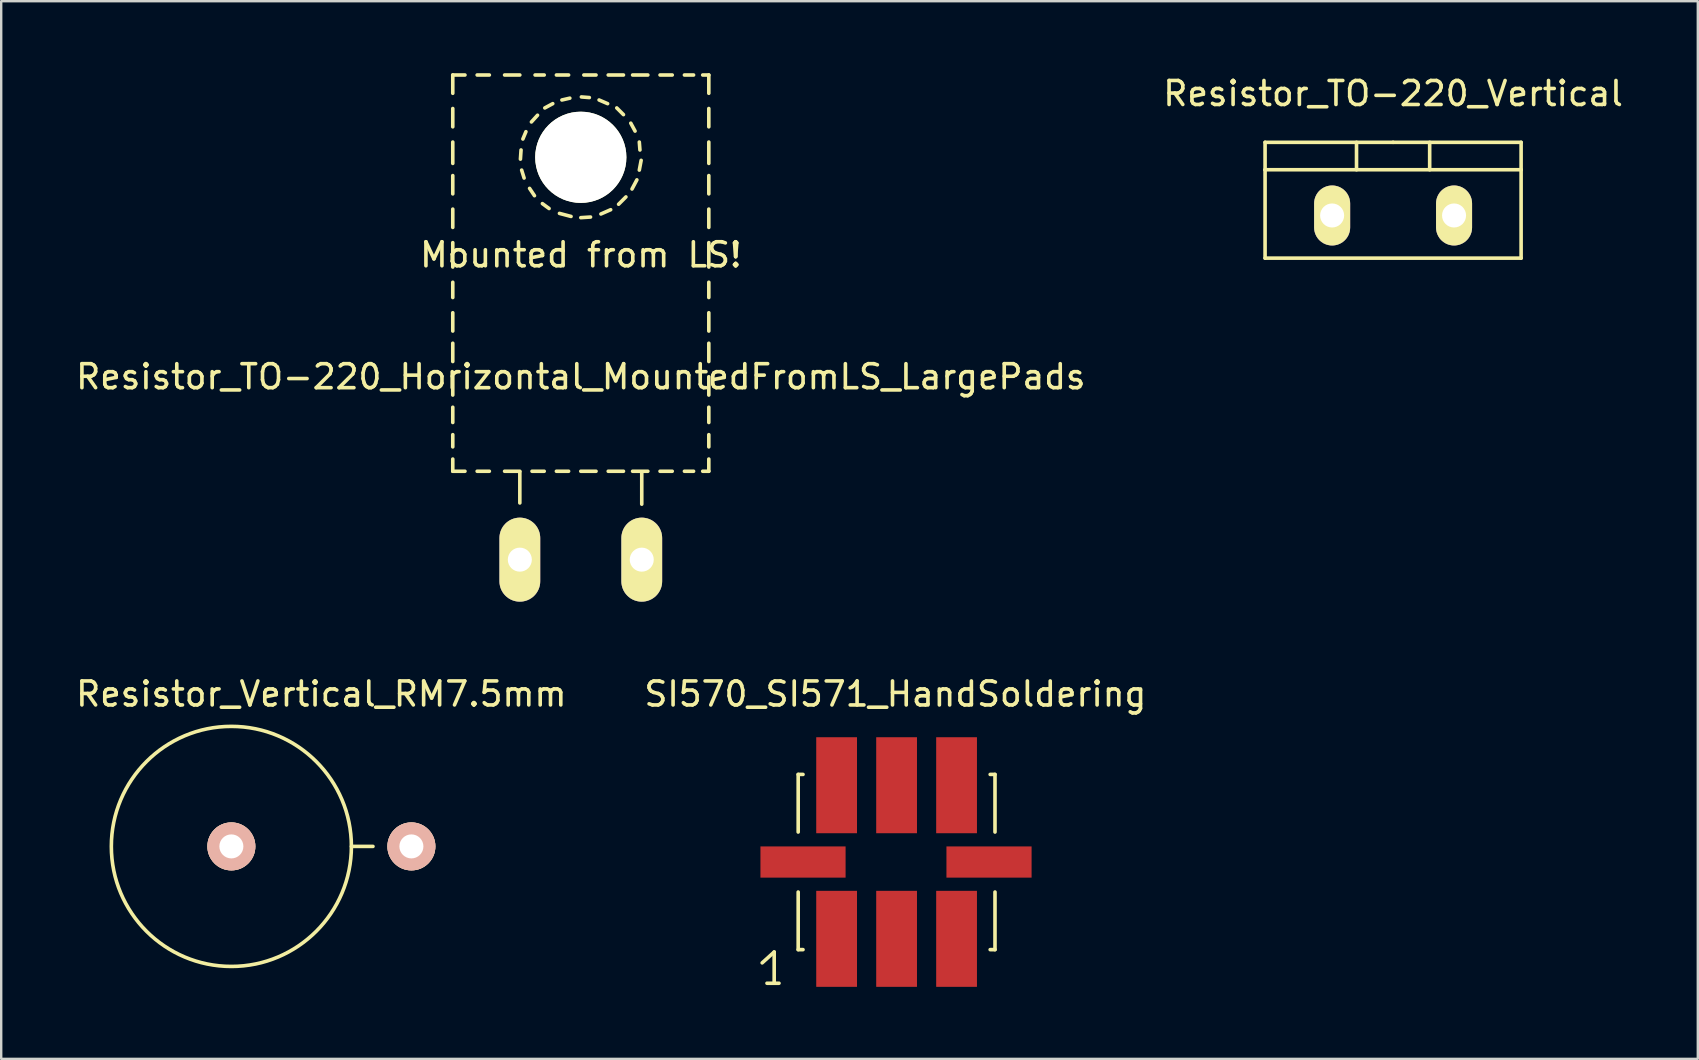
<source format=kicad_pcb>
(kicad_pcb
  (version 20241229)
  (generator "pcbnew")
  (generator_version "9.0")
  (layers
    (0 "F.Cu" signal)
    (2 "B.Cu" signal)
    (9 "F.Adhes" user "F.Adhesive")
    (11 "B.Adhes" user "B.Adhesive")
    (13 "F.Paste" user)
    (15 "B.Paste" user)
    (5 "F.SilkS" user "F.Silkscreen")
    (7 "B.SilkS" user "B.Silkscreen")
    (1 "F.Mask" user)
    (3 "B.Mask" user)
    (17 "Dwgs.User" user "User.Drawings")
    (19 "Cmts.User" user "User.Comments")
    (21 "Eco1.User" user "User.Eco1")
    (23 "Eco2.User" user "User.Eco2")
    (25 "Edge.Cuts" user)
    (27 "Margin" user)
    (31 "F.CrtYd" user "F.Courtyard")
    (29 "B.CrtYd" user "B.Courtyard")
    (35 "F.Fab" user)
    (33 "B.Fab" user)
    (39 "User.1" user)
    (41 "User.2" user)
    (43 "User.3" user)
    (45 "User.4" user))
  (footprint "Resistor_TO-220_Vertical"
    (layer "F.Cu")
    (at 54.994 5.928)
    (property "Reference" "Resistor_TO-220_Vertical" (at 0 -5.08 0) (layer "F.SilkS") (effects (font (size 1 1) (thickness 0.15))))
    (attr through_hole)
    (fp_line (start -5.334 -1.905) (end -5.334 -3.048) (stroke (width 0.15) (type solid)) (layer "F.SilkS"))
    (fp_line (start -5.334 1.778) (end -5.334 -1.905) (stroke (width 0.15) (type solid)) (layer "F.SilkS"))
    (fp_line (start -1.524 -3.048) (end -1.524 -1.905) (stroke (width 0.15) (type solid)) (layer "F.SilkS"))
    (fp_line (start 0 -3.048) (end -5.334 -3.048) (stroke (width 0.15) (type solid)) (layer "F.SilkS"))
    (fp_line (start 0 -3.048) (end 5.334 -3.048) (stroke (width 0.15) (type solid)) (layer "F.SilkS"))
    (fp_line (start 1.524 -3.048) (end 1.524 -1.905) (stroke (width 0.15) (type solid)) (layer "F.SilkS"))
    (fp_line (start 5.334 -3.048) (end 5.334 -1.905) (stroke (width 0.15) (type solid)) (layer "F.SilkS"))
    (fp_line (start 5.334 -1.905) (end -5.334 -1.905) (stroke (width 0.15) (type solid)) (layer "F.SilkS"))
    (fp_line (start 5.334 -1.905) (end 5.334 1.778) (stroke (width 0.15) (type solid)) (layer "F.SilkS"))
    (fp_line (start 5.334 1.778) (end -5.334 1.778) (stroke (width 0.15) (type solid)) (layer "F.SilkS"))
    (pad "1" thru_hole oval (at -2.54 0 90) (size 2.499 1.501) (drill 1.001) (layers "*.Cu" "*.Mask" "F.SilkS"))
    (pad "2" thru_hole oval (at 2.54 0 90) (size 2.499 1.501) (drill 1.001) (layers "*.Cu" "*.Mask" "F.SilkS")))
  (footprint "Resistor_TO-220_Horizontal_MountedFromLS_LargePads"
    (layer "F.Cu")
    (at 21.149 20.268)
    (property "Reference" "Resistor_TO-220_Horizontal_MountedFromLS_LargePads" (at 0 -7.62 0) (layer "F.SilkS") (effects (font (size 1 1) (thickness 0.15))))
    (attr through_hole)
    (fp_line (start -5.334 -20.193) (end -5.334 -19.431) (stroke (width 0.15) (type solid)) (layer "F.SilkS"))
    (fp_line (start -5.334 -20.193) (end -4.826 -20.193) (stroke (width 0.15) (type solid)) (layer "F.SilkS"))
    (fp_line (start -5.334 -18.796) (end -5.334 -18.034) (stroke (width 0.15) (type solid)) (layer "F.SilkS"))
    (fp_line (start -5.334 -17.399) (end -5.334 -16.51) (stroke (width 0.15) (type solid)) (layer "F.SilkS"))
    (fp_line (start -5.334 -16.002) (end -5.334 -15.24) (stroke (width 0.15) (type solid)) (layer "F.SilkS"))
    (fp_line (start -5.334 -14.605) (end -5.334 -13.843) (stroke (width 0.15) (type solid)) (layer "F.SilkS"))
    (fp_line (start -5.334 -13.208) (end -5.334 -12.192) (stroke (width 0.15) (type solid)) (layer "F.SilkS"))
    (fp_line (start -5.334 -11.557) (end -5.334 -10.922) (stroke (width 0.15) (type solid)) (layer "F.SilkS"))
    (fp_line (start -5.334 -10.287) (end -5.334 -9.525) (stroke (width 0.15) (type solid)) (layer "F.SilkS"))
    (fp_line (start -5.334 -9.017) (end -5.334 -8.255) (stroke (width 0.15) (type solid)) (layer "F.SilkS"))
    (fp_line (start -5.334 -7.62) (end -5.334 -6.858) (stroke (width 0.15) (type solid)) (layer "F.SilkS"))
    (fp_line (start -5.334 -6.35) (end -5.334 -5.715) (stroke (width 0.15) (type solid)) (layer "F.SilkS"))
    (fp_line (start -5.334 -5.207) (end -5.334 -4.699) (stroke (width 0.15) (type solid)) (layer "F.SilkS"))
    (fp_line (start -5.334 -4.191) (end -5.334 -3.683) (stroke (width 0.15) (type solid)) (layer "F.SilkS"))
    (fp_line (start -5.334 -3.683) (end -4.826 -3.683) (stroke (width 0.15) (type solid)) (layer "F.SilkS"))
    (fp_line (start -4.318 -20.193) (end -3.81 -20.193) (stroke (width 0.15) (type solid)) (layer "F.SilkS"))
    (fp_line (start -4.318 -3.683) (end -3.81 -3.683) (stroke (width 0.15) (type solid)) (layer "F.SilkS"))
    (fp_line (start -3.175 -20.193) (end -2.54 -20.193) (stroke (width 0.15) (type solid)) (layer "F.SilkS"))
    (fp_line (start -3.175 -3.683) (end -2.54 -3.683) (stroke (width 0.15) (type solid)) (layer "F.SilkS"))
    (fp_line (start -2.54 -3.658) (end -2.54 -2.362) (stroke (width 0.15) (type solid)) (layer "F.SilkS"))
    (fp_line (start -2.515 -16.688) (end -2.489 -17.069) (stroke (width 0.15) (type solid)) (layer "F.SilkS"))
    (fp_line (start -2.413 -17.526) (end -2.286 -17.831) (stroke (width 0.15) (type solid)) (layer "F.SilkS"))
    (fp_line (start -2.362 -15.9) (end -2.464 -16.231) (stroke (width 0.15) (type solid)) (layer "F.SilkS"))
    (fp_line (start -2.057 -18.237) (end -1.803 -18.517) (stroke (width 0.15) (type solid)) (layer "F.SilkS"))
    (fp_line (start -2.032 -3.683) (end -1.524 -3.683) (stroke (width 0.15) (type solid)) (layer "F.SilkS"))
    (fp_line (start -1.93 -15.164) (end -2.134 -15.469) (stroke (width 0.15) (type solid)) (layer "F.SilkS"))
    (fp_line (start -1.905 -20.193) (end -1.524 -20.193) (stroke (width 0.15) (type solid)) (layer "F.SilkS"))
    (fp_line (start -1.499 -18.821) (end -1.168 -18.999) (stroke (width 0.15) (type solid)) (layer "F.SilkS"))
    (fp_line (start -1.321 -14.63) (end -1.6 -14.834) (stroke (width 0.15) (type solid)) (layer "F.SilkS"))
    (fp_line (start -1.016 -20.193) (end -0.508 -20.193) (stroke (width 0.15) (type solid)) (layer "F.SilkS"))
    (fp_line (start -1.016 -3.683) (end -0.508 -3.683) (stroke (width 0.15) (type solid)) (layer "F.SilkS"))
    (fp_line (start -0.787 -19.152) (end -0.457 -19.228) (stroke (width 0.15) (type solid)) (layer "F.SilkS"))
    (fp_line (start -0.406 -14.3) (end -0.889 -14.427) (stroke (width 0.15) (type solid)) (layer "F.SilkS"))
    (fp_line (start 0 -3.683) (end 0.635 -3.683) (stroke (width 0.15) (type solid)) (layer "F.SilkS"))
    (fp_line (start 0.025 -19.279) (end 0.356 -19.253) (stroke (width 0.15) (type solid)) (layer "F.SilkS"))
    (fp_line (start 0.127 -20.193) (end 0.635 -20.193) (stroke (width 0.15) (type solid)) (layer "F.SilkS"))
    (fp_line (start 0.406 -14.275) (end 0 -14.249) (stroke (width 0.15) (type solid)) (layer "F.SilkS"))
    (fp_line (start 0.762 -19.152) (end 1.118 -18.999) (stroke (width 0.15) (type solid)) (layer "F.SilkS"))
    (fp_line (start 1.143 -20.193) (end 1.778 -20.193) (stroke (width 0.15) (type solid)) (layer "F.SilkS"))
    (fp_line (start 1.143 -3.683) (end 1.778 -3.683) (stroke (width 0.15) (type solid)) (layer "F.SilkS"))
    (fp_line (start 1.245 -14.58) (end 0.838 -14.402) (stroke (width 0.15) (type solid)) (layer "F.SilkS"))
    (fp_line (start 1.499 -18.821) (end 1.778 -18.542) (stroke (width 0.15) (type solid)) (layer "F.SilkS"))
    (fp_line (start 1.88 -15.113) (end 1.575 -14.808) (stroke (width 0.15) (type solid)) (layer "F.SilkS"))
    (fp_line (start 2.083 -18.186) (end 2.261 -17.856) (stroke (width 0.15) (type solid)) (layer "F.SilkS"))
    (fp_line (start 2.159 -20.193) (end 2.794 -20.193) (stroke (width 0.15) (type solid)) (layer "F.SilkS"))
    (fp_line (start 2.159 -3.683) (end 2.794 -3.683) (stroke (width 0.15) (type solid)) (layer "F.SilkS"))
    (fp_line (start 2.337 -15.824) (end 2.134 -15.443) (stroke (width 0.15) (type solid)) (layer "F.SilkS"))
    (fp_line (start 2.438 -17.399) (end 2.464 -17.069) (stroke (width 0.15) (type solid)) (layer "F.SilkS"))
    (fp_line (start 2.515 -16.637) (end 2.438 -16.231) (stroke (width 0.15) (type solid)) (layer "F.SilkS"))
    (fp_line (start 2.54 -3.658) (end 2.54 -2.311) (stroke (width 0.15) (type solid)) (layer "F.SilkS"))
    (fp_line (start 3.302 -20.193) (end 3.81 -20.193) (stroke (width 0.15) (type solid)) (layer "F.SilkS"))
    (fp_line (start 3.302 -3.683) (end 3.81 -3.683) (stroke (width 0.15) (type solid)) (layer "F.SilkS"))
    (fp_line (start 4.318 -20.193) (end 4.699 -20.193) (stroke (width 0.15) (type solid)) (layer "F.SilkS"))
    (fp_line (start 4.318 -3.683) (end 4.699 -3.683) (stroke (width 0.15) (type solid)) (layer "F.SilkS"))
    (fp_line (start 5.08 -20.193) (end 5.334 -20.193) (stroke (width 0.15) (type solid)) (layer "F.SilkS"))
    (fp_line (start 5.08 -3.683) (end 5.334 -3.683) (stroke (width 0.15) (type solid)) (layer "F.SilkS"))
    (fp_line (start 5.334 -20.193) (end 5.334 -19.431) (stroke (width 0.15) (type solid)) (layer "F.SilkS"))
    (fp_line (start 5.334 -18.796) (end 5.334 -18.034) (stroke (width 0.15) (type solid)) (layer "F.SilkS"))
    (fp_line (start 5.334 -17.399) (end 5.334 -16.51) (stroke (width 0.15) (type solid)) (layer "F.SilkS"))
    (fp_line (start 5.334 -16.002) (end 5.334 -15.24) (stroke (width 0.15) (type solid)) (layer "F.SilkS"))
    (fp_line (start 5.334 -14.605) (end 5.334 -13.843) (stroke (width 0.15) (type solid)) (layer "F.SilkS"))
    (fp_line (start 5.334 -13.208) (end 5.334 -12.192) (stroke (width 0.15) (type solid)) (layer "F.SilkS"))
    (fp_line (start 5.334 -11.557) (end 5.334 -10.922) (stroke (width 0.15) (type solid)) (layer "F.SilkS"))
    (fp_line (start 5.334 -10.287) (end 5.334 -9.525) (stroke (width 0.15) (type solid)) (layer "F.SilkS"))
    (fp_line (start 5.334 -9.017) (end 5.334 -8.255) (stroke (width 0.15) (type solid)) (layer "F.SilkS"))
    (fp_line (start 5.334 -7.62) (end 5.334 -6.858) (stroke (width 0.15) (type solid)) (layer "F.SilkS"))
    (fp_line (start 5.334 -6.35) (end 5.334 -5.715) (stroke (width 0.15) (type solid)) (layer "F.SilkS"))
    (fp_line (start 5.334 -5.207) (end 5.334 -4.699) (stroke (width 0.15) (type solid)) (layer "F.SilkS"))
    (fp_line (start 5.334 -4.191) (end 5.334 -3.683) (stroke (width 0.15) (type solid)) (layer "F.SilkS"))
    (fp_text user "Mounted from LS!" (at 0 -12.7 0) (layer "F.SilkS") (effects (font (size 1 1) (thickness 0.15))))
    (pad "" np_thru_hole circle (at 0 -16.764 90) (size 3.8 3.8) (drill 3.8) (layers "*.Cu" "*.Mask" "F.SilkS"))
    (pad "1" thru_hole oval (at 2.54 0 90) (size 3.5 1.699) (drill 1.001) (layers "*.Cu" "*.Mask" "F.SilkS"))
    (pad "3" thru_hole oval (at -2.54 0 90) (size 3.5 1.699) (drill 1.001) (layers "*.Cu" "*.Mask" "F.SilkS")))
  (footprint "SI570_SI571_HandSoldering"
    (layer "F.Cu")
    (at 34.307 32.867)
    (property "Reference" "SI570_SI571_HandSoldering" (at -0.051 -7 0) (layer "F.SilkS") (effects (font (size 1 1) (thickness 0.15))))
    (attr smd)
    (fp_line (start -5.601 4.201) (end -5.1 3.749) (stroke (width 0.15) (type solid)) (layer "F.SilkS"))
    (fp_line (start -5.4 5.05) (end -4.9 5.05) (stroke (width 0.15) (type solid)) (layer "F.SilkS"))
    (fp_line (start -5.1 3.749) (end -5.1 5.001) (stroke (width 0.15) (type solid)) (layer "F.SilkS"))
    (fp_line (start -4.1 -3.65) (end -4.1 -1.25) (stroke (width 0.15) (type solid)) (layer "F.SilkS"))
    (fp_line (start -4.1 -3.65) (end -3.899 -3.65) (stroke (width 0.15) (type solid)) (layer "F.SilkS"))
    (fp_line (start -4.1 3.65) (end -4.1 1.25) (stroke (width 0.15) (type solid)) (layer "F.SilkS"))
    (fp_line (start -4.1 3.65) (end -3.899 3.65) (stroke (width 0.15) (type solid)) (layer "F.SilkS"))
    (fp_line (start 4.1 -3.65) (end 3.899 -3.65) (stroke (width 0.15) (type solid)) (layer "F.SilkS"))
    (fp_line (start 4.1 -3.65) (end 4.1 -1.25) (stroke (width 0.15) (type solid)) (layer "F.SilkS"))
    (fp_line (start 4.1 3.65) (end 3.899 3.65) (stroke (width 0.15) (type solid)) (layer "F.SilkS"))
    (fp_line (start 4.1 3.65) (end 4.1 1.25) (stroke (width 0.15) (type solid)) (layer "F.SilkS"))
    (pad "1" smd rect (at -2.499 3.2) (size 1.699 4) (layers "F.Cu" "F.Mask" "F.Paste"))
    (pad "2" smd rect (at 0 3.2) (size 1.699 4) (layers "F.Cu" "F.Mask" "F.Paste"))
    (pad "3" smd rect (at 2.499 3.2) (size 1.699 4) (layers "F.Cu" "F.Mask" "F.Paste"))
    (pad "4" smd rect (at 2.499 -3.2) (size 1.699 4) (layers "F.Cu" "F.Mask" "F.Paste"))
    (pad "5" smd rect (at 0 -3.2) (size 1.699 4) (layers "F.Cu" "F.Mask" "F.Paste"))
    (pad "6" smd rect (at -2.499 -3.2) (size 1.699 4) (layers "F.Cu" "F.Mask" "F.Paste"))
    (pad "7" smd rect (at -3.899 0) (size 3.548 1.3) (layers "F.Cu" "F.Mask" "F.Paste"))
    (pad "8" smd rect (at 3.851 0) (size 3.548 1.3) (layers "F.Cu" "F.Mask" "F.Paste")))
  (footprint "Resistor_Vertical_RM7.5mm"
    (layer "F.Cu")
    (at 10.339 32.216)
    (property "Reference" "Resistor_Vertical_RM7.5mm" (at 0 -6.35 0) (layer "F.SilkS") (effects (font (size 1 1) (thickness 0.15))))
    (attr through_hole)
    (fp_line (start 1.252 0) (end 2.151 0) (stroke (width 0.15) (type solid)) (layer "F.SilkS"))
    (fp_circle (center -3.749 0) (end 1.252 0) (stroke (width 0.15) (type solid)) (fill no) (layer "F.SilkS"))
    (pad "1" thru_hole circle (at -3.749 0) (size 1.999 1.999) (drill 1.001) (layers "*.Cu" "*.SilkS" "*.Mask"))
    (pad "2" thru_hole circle (at 3.752 0) (size 1.999 1.999) (drill 1.001) (layers "*.Cu" "*.SilkS" "*.Mask")))
  (gr_rect
    (start -3 -3)
    (end 67.69 41.067)
    (stroke (width 0.1) (type default))
    (fill no)
    (layer "Edge.Cuts")))
</source>
